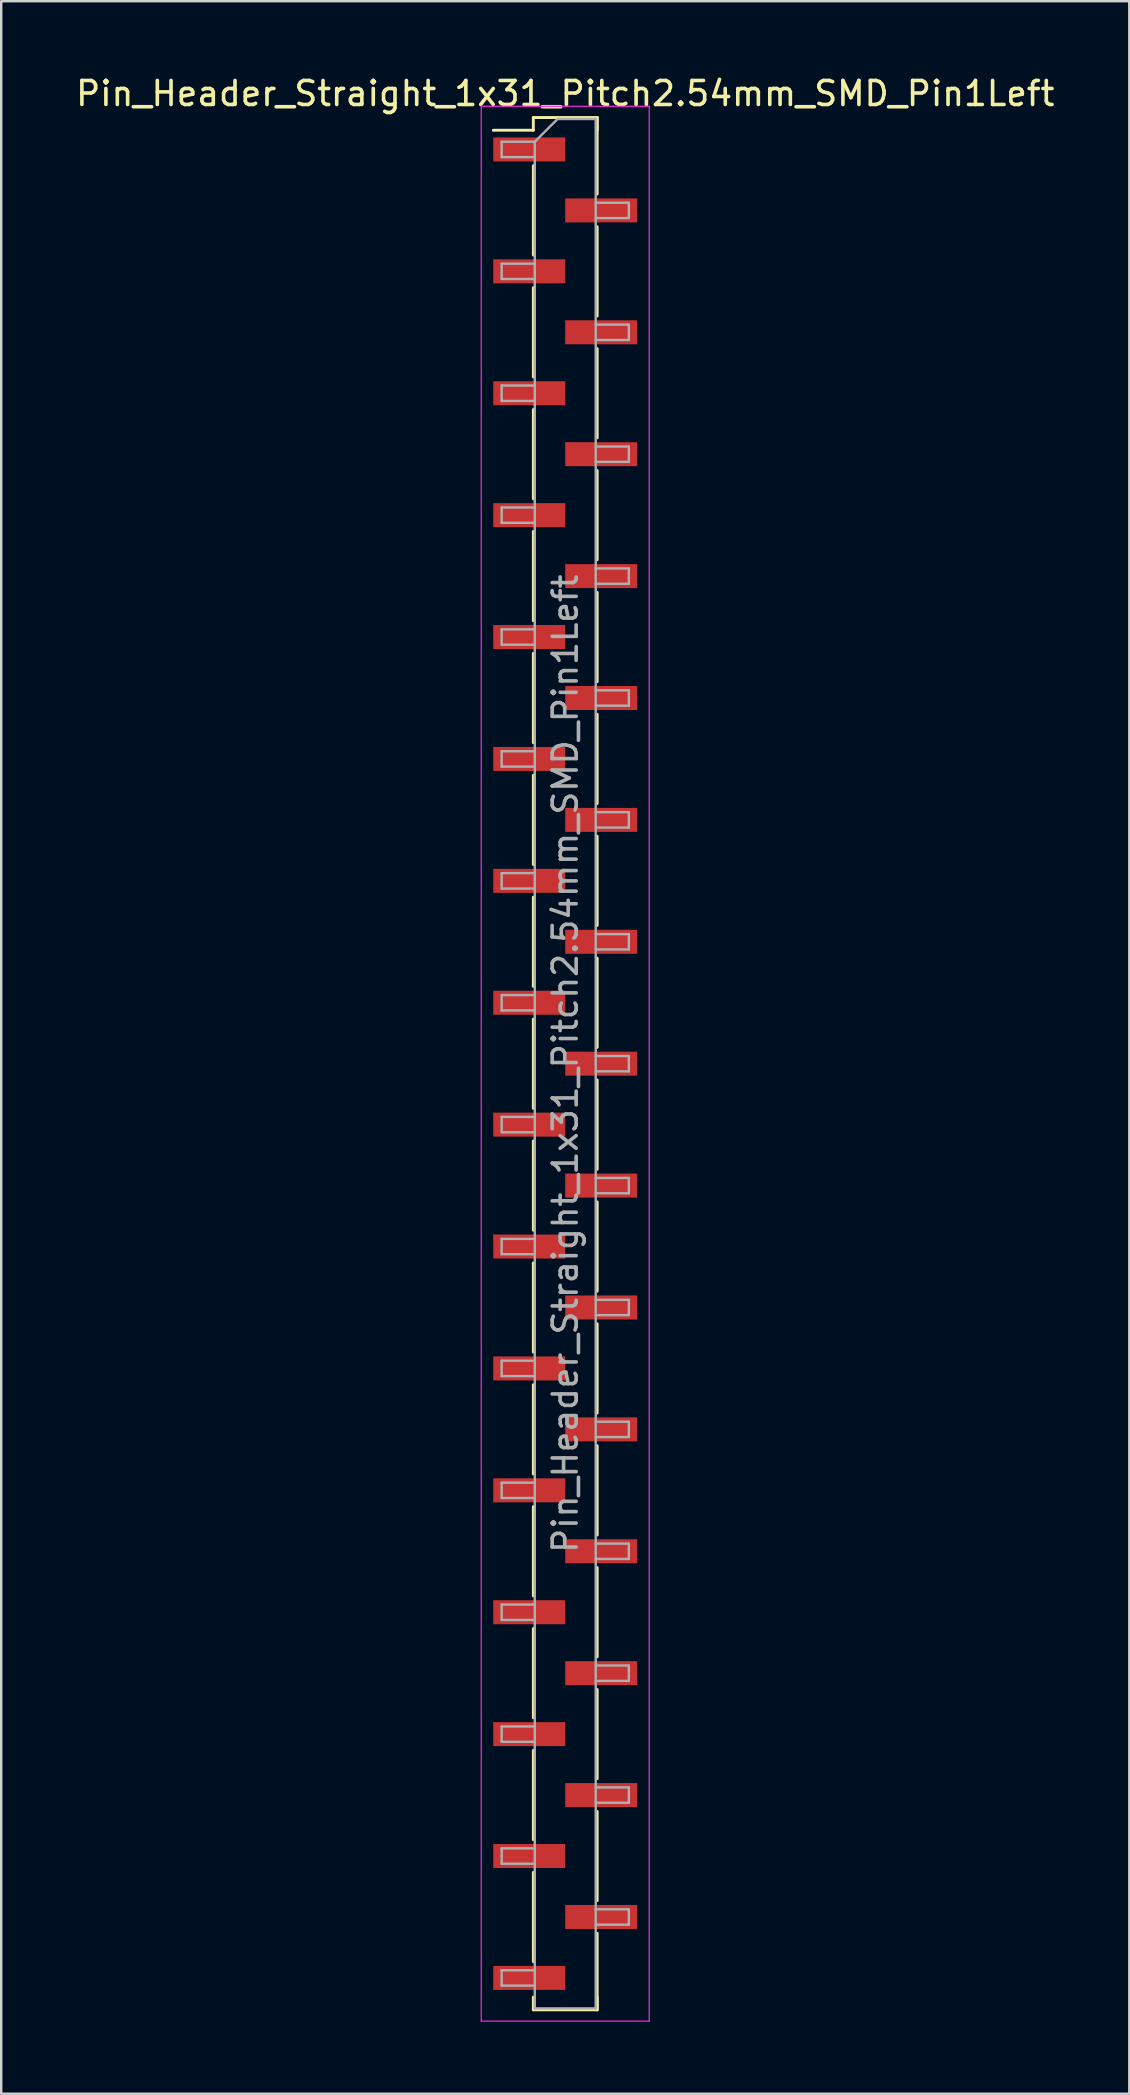
<source format=kicad_pcb>
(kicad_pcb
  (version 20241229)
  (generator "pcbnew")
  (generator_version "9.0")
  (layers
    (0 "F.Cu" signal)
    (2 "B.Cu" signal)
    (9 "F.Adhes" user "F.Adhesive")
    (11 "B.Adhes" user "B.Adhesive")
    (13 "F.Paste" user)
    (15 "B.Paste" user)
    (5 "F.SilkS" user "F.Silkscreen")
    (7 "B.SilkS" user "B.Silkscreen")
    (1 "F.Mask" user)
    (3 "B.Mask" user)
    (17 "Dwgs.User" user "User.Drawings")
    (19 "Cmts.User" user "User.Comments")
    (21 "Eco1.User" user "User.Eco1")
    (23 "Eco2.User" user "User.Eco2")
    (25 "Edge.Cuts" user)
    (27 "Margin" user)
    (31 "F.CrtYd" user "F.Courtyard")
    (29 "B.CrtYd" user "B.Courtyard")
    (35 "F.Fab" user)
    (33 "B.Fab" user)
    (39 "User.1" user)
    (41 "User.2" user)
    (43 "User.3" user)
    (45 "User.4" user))
  (footprint "Pin_Header_Straight_1x31_Pitch2.54mm_SMD_Pin1Left"
    (layer "F.Cu")
    (at 20.506 41.278)
    (property "Reference" "Pin_Header_Straight_1x31_Pitch2.54mm_SMD_Pin1Left" (at 0 -40.43 0) (layer "F.SilkS") (effects (font (size 1 1) (thickness 0.15))))
    (attr smd)
    (fp_line (start -1.33 -39.43) (end 1.33 -39.43) (stroke (width 0.12) (type solid)) (layer "F.SilkS"))
    (fp_line (start -1.33 -38.9) (end -3 -38.9) (stroke (width 0.12) (type solid)) (layer "F.SilkS"))
    (fp_line (start -1.33 -38.9) (end -1.33 -39.43) (stroke (width 0.12) (type solid)) (layer "F.SilkS"))
    (fp_line (start -1.33 -37.42) (end -1.33 -33.7) (stroke (width 0.12) (type solid)) (layer "F.SilkS"))
    (fp_line (start -1.33 -32.34) (end -1.33 -28.62) (stroke (width 0.12) (type solid)) (layer "F.SilkS"))
    (fp_line (start -1.33 -27.26) (end -1.33 -23.54) (stroke (width 0.12) (type solid)) (layer "F.SilkS"))
    (fp_line (start -1.33 -22.18) (end -1.33 -18.46) (stroke (width 0.12) (type solid)) (layer "F.SilkS"))
    (fp_line (start -1.33 -17.1) (end -1.33 -13.38) (stroke (width 0.12) (type solid)) (layer "F.SilkS"))
    (fp_line (start -1.33 -12.02) (end -1.33 -8.3) (stroke (width 0.12) (type solid)) (layer "F.SilkS"))
    (fp_line (start -1.33 -6.94) (end -1.33 -3.22) (stroke (width 0.12) (type solid)) (layer "F.SilkS"))
    (fp_line (start -1.33 -1.86) (end -1.33 1.86) (stroke (width 0.12) (type solid)) (layer "F.SilkS"))
    (fp_line (start -1.33 3.22) (end -1.33 6.94) (stroke (width 0.12) (type solid)) (layer "F.SilkS"))
    (fp_line (start -1.33 8.3) (end -1.33 12.02) (stroke (width 0.12) (type solid)) (layer "F.SilkS"))
    (fp_line (start -1.33 13.38) (end -1.33 17.1) (stroke (width 0.12) (type solid)) (layer "F.SilkS"))
    (fp_line (start -1.33 18.46) (end -1.33 22.18) (stroke (width 0.12) (type solid)) (layer "F.SilkS"))
    (fp_line (start -1.33 23.54) (end -1.33 27.26) (stroke (width 0.12) (type solid)) (layer "F.SilkS"))
    (fp_line (start -1.33 28.62) (end -1.33 32.34) (stroke (width 0.12) (type solid)) (layer "F.SilkS"))
    (fp_line (start -1.33 33.7) (end -1.33 37.42) (stroke (width 0.12) (type solid)) (layer "F.SilkS"))
    (fp_line (start -1.33 38.9) (end -1.33 39.43) (stroke (width 0.12) (type solid)) (layer "F.SilkS"))
    (fp_line (start -1.33 39.43) (end 1.33 39.43) (stroke (width 0.12) (type solid)) (layer "F.SilkS"))
    (fp_line (start 1.33 -39.43) (end 1.33 -38.9) (stroke (width 0.12) (type solid)) (layer "F.SilkS"))
    (fp_line (start 1.33 -39.43) (end 1.33 -36.24) (stroke (width 0.12) (type solid)) (layer "F.SilkS"))
    (fp_line (start 1.33 -34.88) (end 1.33 -31.16) (stroke (width 0.12) (type solid)) (layer "F.SilkS"))
    (fp_line (start 1.33 -29.8) (end 1.33 -26.08) (stroke (width 0.12) (type solid)) (layer "F.SilkS"))
    (fp_line (start 1.33 -24.72) (end 1.33 -21) (stroke (width 0.12) (type solid)) (layer "F.SilkS"))
    (fp_line (start 1.33 -19.64) (end 1.33 -15.92) (stroke (width 0.12) (type solid)) (layer "F.SilkS"))
    (fp_line (start 1.33 -14.56) (end 1.33 -10.84) (stroke (width 0.12) (type solid)) (layer "F.SilkS"))
    (fp_line (start 1.33 -9.48) (end 1.33 -5.76) (stroke (width 0.12) (type solid)) (layer "F.SilkS"))
    (fp_line (start 1.33 -4.4) (end 1.33 -0.68) (stroke (width 0.12) (type solid)) (layer "F.SilkS"))
    (fp_line (start 1.33 0.68) (end 1.33 4.4) (stroke (width 0.12) (type solid)) (layer "F.SilkS"))
    (fp_line (start 1.33 5.76) (end 1.33 9.48) (stroke (width 0.12) (type solid)) (layer "F.SilkS"))
    (fp_line (start 1.33 10.84) (end 1.33 14.56) (stroke (width 0.12) (type solid)) (layer "F.SilkS"))
    (fp_line (start 1.33 15.92) (end 1.33 19.64) (stroke (width 0.12) (type solid)) (layer "F.SilkS"))
    (fp_line (start 1.33 21) (end 1.33 24.72) (stroke (width 0.12) (type solid)) (layer "F.SilkS"))
    (fp_line (start 1.33 26.08) (end 1.33 29.8) (stroke (width 0.12) (type solid)) (layer "F.SilkS"))
    (fp_line (start 1.33 31.16) (end 1.33 34.88) (stroke (width 0.12) (type solid)) (layer "F.SilkS"))
    (fp_line (start 1.33 36.24) (end 1.33 39.43) (stroke (width 0.12) (type solid)) (layer "F.SilkS"))
    (fp_line (start 1.33 39.43) (end 1.33 38.9) (stroke (width 0.12) (type solid)) (layer "F.SilkS"))
    (fp_line (start -3.5 -39.9) (end -3.5 39.9) (stroke (width 0.05) (type solid)) (layer "F.CrtYd"))
    (fp_line (start -3.5 39.9) (end 3.5 39.9) (stroke (width 0.05) (type solid)) (layer "F.CrtYd"))
    (fp_line (start 3.5 -39.9) (end -3.5 -39.9) (stroke (width 0.05) (type solid)) (layer "F.CrtYd"))
    (fp_line (start 3.5 39.9) (end 3.5 -39.9) (stroke (width 0.05) (type solid)) (layer "F.CrtYd"))
    (fp_line (start -2.65 -38.42) (end -2.65 -37.78) (stroke (width 0.1) (type solid)) (layer "F.Fab"))
    (fp_line (start -2.65 -37.78) (end -1.27 -37.78) (stroke (width 0.1) (type solid)) (layer "F.Fab"))
    (fp_line (start -2.65 -33.34) (end -2.65 -32.7) (stroke (width 0.1) (type solid)) (layer "F.Fab"))
    (fp_line (start -2.65 -32.7) (end -1.27 -32.7) (stroke (width 0.1) (type solid)) (layer "F.Fab"))
    (fp_line (start -2.65 -28.26) (end -2.65 -27.62) (stroke (width 0.1) (type solid)) (layer "F.Fab"))
    (fp_line (start -2.65 -27.62) (end -1.27 -27.62) (stroke (width 0.1) (type solid)) (layer "F.Fab"))
    (fp_line (start -2.65 -23.18) (end -2.65 -22.54) (stroke (width 0.1) (type solid)) (layer "F.Fab"))
    (fp_line (start -2.65 -22.54) (end -1.27 -22.54) (stroke (width 0.1) (type solid)) (layer "F.Fab"))
    (fp_line (start -2.65 -18.1) (end -2.65 -17.46) (stroke (width 0.1) (type solid)) (layer "F.Fab"))
    (fp_line (start -2.65 -17.46) (end -1.27 -17.46) (stroke (width 0.1) (type solid)) (layer "F.Fab"))
    (fp_line (start -2.65 -13.02) (end -2.65 -12.38) (stroke (width 0.1) (type solid)) (layer "F.Fab"))
    (fp_line (start -2.65 -12.38) (end -1.27 -12.38) (stroke (width 0.1) (type solid)) (layer "F.Fab"))
    (fp_line (start -2.65 -7.94) (end -2.65 -7.3) (stroke (width 0.1) (type solid)) (layer "F.Fab"))
    (fp_line (start -2.65 -7.3) (end -1.27 -7.3) (stroke (width 0.1) (type solid)) (layer "F.Fab"))
    (fp_line (start -2.65 -2.86) (end -2.65 -2.22) (stroke (width 0.1) (type solid)) (layer "F.Fab"))
    (fp_line (start -2.65 -2.22) (end -1.27 -2.22) (stroke (width 0.1) (type solid)) (layer "F.Fab"))
    (fp_line (start -2.65 2.22) (end -2.65 2.86) (stroke (width 0.1) (type solid)) (layer "F.Fab"))
    (fp_line (start -2.65 2.86) (end -1.27 2.86) (stroke (width 0.1) (type solid)) (layer "F.Fab"))
    (fp_line (start -2.65 7.3) (end -2.65 7.94) (stroke (width 0.1) (type solid)) (layer "F.Fab"))
    (fp_line (start -2.65 7.94) (end -1.27 7.94) (stroke (width 0.1) (type solid)) (layer "F.Fab"))
    (fp_line (start -2.65 12.38) (end -2.65 13.02) (stroke (width 0.1) (type solid)) (layer "F.Fab"))
    (fp_line (start -2.65 13.02) (end -1.27 13.02) (stroke (width 0.1) (type solid)) (layer "F.Fab"))
    (fp_line (start -2.65 17.46) (end -2.65 18.1) (stroke (width 0.1) (type solid)) (layer "F.Fab"))
    (fp_line (start -2.65 18.1) (end -1.27 18.1) (stroke (width 0.1) (type solid)) (layer "F.Fab"))
    (fp_line (start -2.65 22.54) (end -2.65 23.18) (stroke (width 0.1) (type solid)) (layer "F.Fab"))
    (fp_line (start -2.65 23.18) (end -1.27 23.18) (stroke (width 0.1) (type solid)) (layer "F.Fab"))
    (fp_line (start -2.65 27.62) (end -2.65 28.26) (stroke (width 0.1) (type solid)) (layer "F.Fab"))
    (fp_line (start -2.65 28.26) (end -1.27 28.26) (stroke (width 0.1) (type solid)) (layer "F.Fab"))
    (fp_line (start -2.65 32.7) (end -2.65 33.34) (stroke (width 0.1) (type solid)) (layer "F.Fab"))
    (fp_line (start -2.65 33.34) (end -1.27 33.34) (stroke (width 0.1) (type solid)) (layer "F.Fab"))
    (fp_line (start -2.65 37.78) (end -2.65 38.42) (stroke (width 0.1) (type solid)) (layer "F.Fab"))
    (fp_line (start -2.65 38.42) (end -1.27 38.42) (stroke (width 0.1) (type solid)) (layer "F.Fab"))
    (fp_line (start -1.27 -38.42) (end -2.65 -38.42) (stroke (width 0.1) (type solid)) (layer "F.Fab"))
    (fp_line (start -1.27 -38.42) (end -0.32 -39.37) (stroke (width 0.1) (type solid)) (layer "F.Fab"))
    (fp_line (start -1.27 -33.34) (end -2.65 -33.34) (stroke (width 0.1) (type solid)) (layer "F.Fab"))
    (fp_line (start -1.27 -28.26) (end -2.65 -28.26) (stroke (width 0.1) (type solid)) (layer "F.Fab"))
    (fp_line (start -1.27 -23.18) (end -2.65 -23.18) (stroke (width 0.1) (type solid)) (layer "F.Fab"))
    (fp_line (start -1.27 -18.1) (end -2.65 -18.1) (stroke (width 0.1) (type solid)) (layer "F.Fab"))
    (fp_line (start -1.27 -13.02) (end -2.65 -13.02) (stroke (width 0.1) (type solid)) (layer "F.Fab"))
    (fp_line (start -1.27 -7.94) (end -2.65 -7.94) (stroke (width 0.1) (type solid)) (layer "F.Fab"))
    (fp_line (start -1.27 -2.86) (end -2.65 -2.86) (stroke (width 0.1) (type solid)) (layer "F.Fab"))
    (fp_line (start -1.27 2.22) (end -2.65 2.22) (stroke (width 0.1) (type solid)) (layer "F.Fab"))
    (fp_line (start -1.27 7.3) (end -2.65 7.3) (stroke (width 0.1) (type solid)) (layer "F.Fab"))
    (fp_line (start -1.27 12.38) (end -2.65 12.38) (stroke (width 0.1) (type solid)) (layer "F.Fab"))
    (fp_line (start -1.27 17.46) (end -2.65 17.46) (stroke (width 0.1) (type solid)) (layer "F.Fab"))
    (fp_line (start -1.27 22.54) (end -2.65 22.54) (stroke (width 0.1) (type solid)) (layer "F.Fab"))
    (fp_line (start -1.27 27.62) (end -2.65 27.62) (stroke (width 0.1) (type solid)) (layer "F.Fab"))
    (fp_line (start -1.27 32.7) (end -2.65 32.7) (stroke (width 0.1) (type solid)) (layer "F.Fab"))
    (fp_line (start -1.27 37.78) (end -2.65 37.78) (stroke (width 0.1) (type solid)) (layer "F.Fab"))
    (fp_line (start -1.27 39.37) (end -1.27 -38.42) (stroke (width 0.1) (type solid)) (layer "F.Fab"))
    (fp_line (start -0.32 -39.37) (end 1.27 -39.37) (stroke (width 0.1) (type solid)) (layer "F.Fab"))
    (fp_line (start 1.27 -39.37) (end 1.27 39.37) (stroke (width 0.1) (type solid)) (layer "F.Fab"))
    (fp_line (start 1.27 -35.88) (end 2.65 -35.88) (stroke (width 0.1) (type solid)) (layer "F.Fab"))
    (fp_line (start 1.27 -30.8) (end 2.65 -30.8) (stroke (width 0.1) (type solid)) (layer "F.Fab"))
    (fp_line (start 1.27 -25.72) (end 2.65 -25.72) (stroke (width 0.1) (type solid)) (layer "F.Fab"))
    (fp_line (start 1.27 -20.64) (end 2.65 -20.64) (stroke (width 0.1) (type solid)) (layer "F.Fab"))
    (fp_line (start 1.27 -15.56) (end 2.65 -15.56) (stroke (width 0.1) (type solid)) (layer "F.Fab"))
    (fp_line (start 1.27 -10.48) (end 2.65 -10.48) (stroke (width 0.1) (type solid)) (layer "F.Fab"))
    (fp_line (start 1.27 -5.4) (end 2.65 -5.4) (stroke (width 0.1) (type solid)) (layer "F.Fab"))
    (fp_line (start 1.27 -0.32) (end 2.65 -0.32) (stroke (width 0.1) (type solid)) (layer "F.Fab"))
    (fp_line (start 1.27 4.76) (end 2.65 4.76) (stroke (width 0.1) (type solid)) (layer "F.Fab"))
    (fp_line (start 1.27 9.84) (end 2.65 9.84) (stroke (width 0.1) (type solid)) (layer "F.Fab"))
    (fp_line (start 1.27 14.92) (end 2.65 14.92) (stroke (width 0.1) (type solid)) (layer "F.Fab"))
    (fp_line (start 1.27 20) (end 2.65 20) (stroke (width 0.1) (type solid)) (layer "F.Fab"))
    (fp_line (start 1.27 25.08) (end 2.65 25.08) (stroke (width 0.1) (type solid)) (layer "F.Fab"))
    (fp_line (start 1.27 30.16) (end 2.65 30.16) (stroke (width 0.1) (type solid)) (layer "F.Fab"))
    (fp_line (start 1.27 35.24) (end 2.65 35.24) (stroke (width 0.1) (type solid)) (layer "F.Fab"))
    (fp_line (start 1.27 39.37) (end -1.27 39.37) (stroke (width 0.1) (type solid)) (layer "F.Fab"))
    (fp_line (start 2.65 -35.88) (end 2.65 -35.24) (stroke (width 0.1) (type solid)) (layer "F.Fab"))
    (fp_line (start 2.65 -35.24) (end 1.27 -35.24) (stroke (width 0.1) (type solid)) (layer "F.Fab"))
    (fp_line (start 2.65 -30.8) (end 2.65 -30.16) (stroke (width 0.1) (type solid)) (layer "F.Fab"))
    (fp_line (start 2.65 -30.16) (end 1.27 -30.16) (stroke (width 0.1) (type solid)) (layer "F.Fab"))
    (fp_line (start 2.65 -25.72) (end 2.65 -25.08) (stroke (width 0.1) (type solid)) (layer "F.Fab"))
    (fp_line (start 2.65 -25.08) (end 1.27 -25.08) (stroke (width 0.1) (type solid)) (layer "F.Fab"))
    (fp_line (start 2.65 -20.64) (end 2.65 -20) (stroke (width 0.1) (type solid)) (layer "F.Fab"))
    (fp_line (start 2.65 -20) (end 1.27 -20) (stroke (width 0.1) (type solid)) (layer "F.Fab"))
    (fp_line (start 2.65 -15.56) (end 2.65 -14.92) (stroke (width 0.1) (type solid)) (layer "F.Fab"))
    (fp_line (start 2.65 -14.92) (end 1.27 -14.92) (stroke (width 0.1) (type solid)) (layer "F.Fab"))
    (fp_line (start 2.65 -10.48) (end 2.65 -9.84) (stroke (width 0.1) (type solid)) (layer "F.Fab"))
    (fp_line (start 2.65 -9.84) (end 1.27 -9.84) (stroke (width 0.1) (type solid)) (layer "F.Fab"))
    (fp_line (start 2.65 -5.4) (end 2.65 -4.76) (stroke (width 0.1) (type solid)) (layer "F.Fab"))
    (fp_line (start 2.65 -4.76) (end 1.27 -4.76) (stroke (width 0.1) (type solid)) (layer "F.Fab"))
    (fp_line (start 2.65 -0.32) (end 2.65 0.32) (stroke (width 0.1) (type solid)) (layer "F.Fab"))
    (fp_line (start 2.65 0.32) (end 1.27 0.32) (stroke (width 0.1) (type solid)) (layer "F.Fab"))
    (fp_line (start 2.65 4.76) (end 2.65 5.4) (stroke (width 0.1) (type solid)) (layer "F.Fab"))
    (fp_line (start 2.65 5.4) (end 1.27 5.4) (stroke (width 0.1) (type solid)) (layer "F.Fab"))
    (fp_line (start 2.65 9.84) (end 2.65 10.48) (stroke (width 0.1) (type solid)) (layer "F.Fab"))
    (fp_line (start 2.65 10.48) (end 1.27 10.48) (stroke (width 0.1) (type solid)) (layer "F.Fab"))
    (fp_line (start 2.65 14.92) (end 2.65 15.56) (stroke (width 0.1) (type solid)) (layer "F.Fab"))
    (fp_line (start 2.65 15.56) (end 1.27 15.56) (stroke (width 0.1) (type solid)) (layer "F.Fab"))
    (fp_line (start 2.65 20) (end 2.65 20.64) (stroke (width 0.1) (type solid)) (layer "F.Fab"))
    (fp_line (start 2.65 20.64) (end 1.27 20.64) (stroke (width 0.1) (type solid)) (layer "F.Fab"))
    (fp_line (start 2.65 25.08) (end 2.65 25.72) (stroke (width 0.1) (type solid)) (layer "F.Fab"))
    (fp_line (start 2.65 25.72) (end 1.27 25.72) (stroke (width 0.1) (type solid)) (layer "F.Fab"))
    (fp_line (start 2.65 30.16) (end 2.65 30.8) (stroke (width 0.1) (type solid)) (layer "F.Fab"))
    (fp_line (start 2.65 30.8) (end 1.27 30.8) (stroke (width 0.1) (type solid)) (layer "F.Fab"))
    (fp_line (start 2.65 35.24) (end 2.65 35.88) (stroke (width 0.1) (type solid)) (layer "F.Fab"))
    (fp_line (start 2.65 35.88) (end 1.27 35.88) (stroke (width 0.1) (type solid)) (layer "F.Fab"))
    (fp_text user "${REFERENCE}" (at 0 0 90) (layer "F.Fab") (effects (font (size 1 1) (thickness 0.15))))
    (pad "1" smd rect (at -1.5 -38.1) (size 3 1) (layers "F.Cu" "F.Mask" "F.Paste"))
    (pad "2" smd rect (at 1.5 -35.56) (size 3 1) (layers "F.Cu" "F.Mask" "F.Paste"))
    (pad "3" smd rect (at -1.5 -33.02) (size 3 1) (layers "F.Cu" "F.Mask" "F.Paste"))
    (pad "4" smd rect (at 1.5 -30.48) (size 3 1) (layers "F.Cu" "F.Mask" "F.Paste"))
    (pad "5" smd rect (at -1.5 -27.94) (size 3 1) (layers "F.Cu" "F.Mask" "F.Paste"))
    (pad "6" smd rect (at 1.5 -25.4) (size 3 1) (layers "F.Cu" "F.Mask" "F.Paste"))
    (pad "7" smd rect (at -1.5 -22.86) (size 3 1) (layers "F.Cu" "F.Mask" "F.Paste"))
    (pad "8" smd rect (at 1.5 -20.32) (size 3 1) (layers "F.Cu" "F.Mask" "F.Paste"))
    (pad "9" smd rect (at -1.5 -17.78) (size 3 1) (layers "F.Cu" "F.Mask" "F.Paste"))
    (pad "10" smd rect (at 1.5 -15.24) (size 3 1) (layers "F.Cu" "F.Mask" "F.Paste"))
    (pad "11" smd rect (at -1.5 -12.7) (size 3 1) (layers "F.Cu" "F.Mask" "F.Paste"))
    (pad "12" smd rect (at 1.5 -10.16) (size 3 1) (layers "F.Cu" "F.Mask" "F.Paste"))
    (pad "13" smd rect (at -1.5 -7.62) (size 3 1) (layers "F.Cu" "F.Mask" "F.Paste"))
    (pad "14" smd rect (at 1.5 -5.08) (size 3 1) (layers "F.Cu" "F.Mask" "F.Paste"))
    (pad "15" smd rect (at -1.5 -2.54) (size 3 1) (layers "F.Cu" "F.Mask" "F.Paste"))
    (pad "16" smd rect (at 1.5 0) (size 3 1) (layers "F.Cu" "F.Mask" "F.Paste"))
    (pad "17" smd rect (at -1.5 2.54) (size 3 1) (layers "F.Cu" "F.Mask" "F.Paste"))
    (pad "18" smd rect (at 1.5 5.08) (size 3 1) (layers "F.Cu" "F.Mask" "F.Paste"))
    (pad "19" smd rect (at -1.5 7.62) (size 3 1) (layers "F.Cu" "F.Mask" "F.Paste"))
    (pad "20" smd rect (at 1.5 10.16) (size 3 1) (layers "F.Cu" "F.Mask" "F.Paste"))
    (pad "21" smd rect (at -1.5 12.7) (size 3 1) (layers "F.Cu" "F.Mask" "F.Paste"))
    (pad "22" smd rect (at 1.5 15.24) (size 3 1) (layers "F.Cu" "F.Mask" "F.Paste"))
    (pad "23" smd rect (at -1.5 17.78) (size 3 1) (layers "F.Cu" "F.Mask" "F.Paste"))
    (pad "24" smd rect (at 1.5 20.32) (size 3 1) (layers "F.Cu" "F.Mask" "F.Paste"))
    (pad "25" smd rect (at -1.5 22.86) (size 3 1) (layers "F.Cu" "F.Mask" "F.Paste"))
    (pad "26" smd rect (at 1.5 25.4) (size 3 1) (layers "F.Cu" "F.Mask" "F.Paste"))
    (pad "27" smd rect (at -1.5 27.94) (size 3 1) (layers "F.Cu" "F.Mask" "F.Paste"))
    (pad "28" smd rect (at 1.5 30.48) (size 3 1) (layers "F.Cu" "F.Mask" "F.Paste"))
    (pad "29" smd rect (at -1.5 33.02) (size 3 1) (layers "F.Cu" "F.Mask" "F.Paste"))
    (pad "30" smd rect (at 1.5 35.56) (size 3 1) (layers "F.Cu" "F.Mask" "F.Paste"))
    (pad "31" smd rect (at -1.5 38.1) (size 3 1) (layers "F.Cu" "F.Mask" "F.Paste")))
  (gr_rect
    (start -3 -3)
    (end 44.012 84.203)
    (stroke (width 0.1) (type default))
    (fill no)
    (layer "Edge.Cuts")))
</source>
